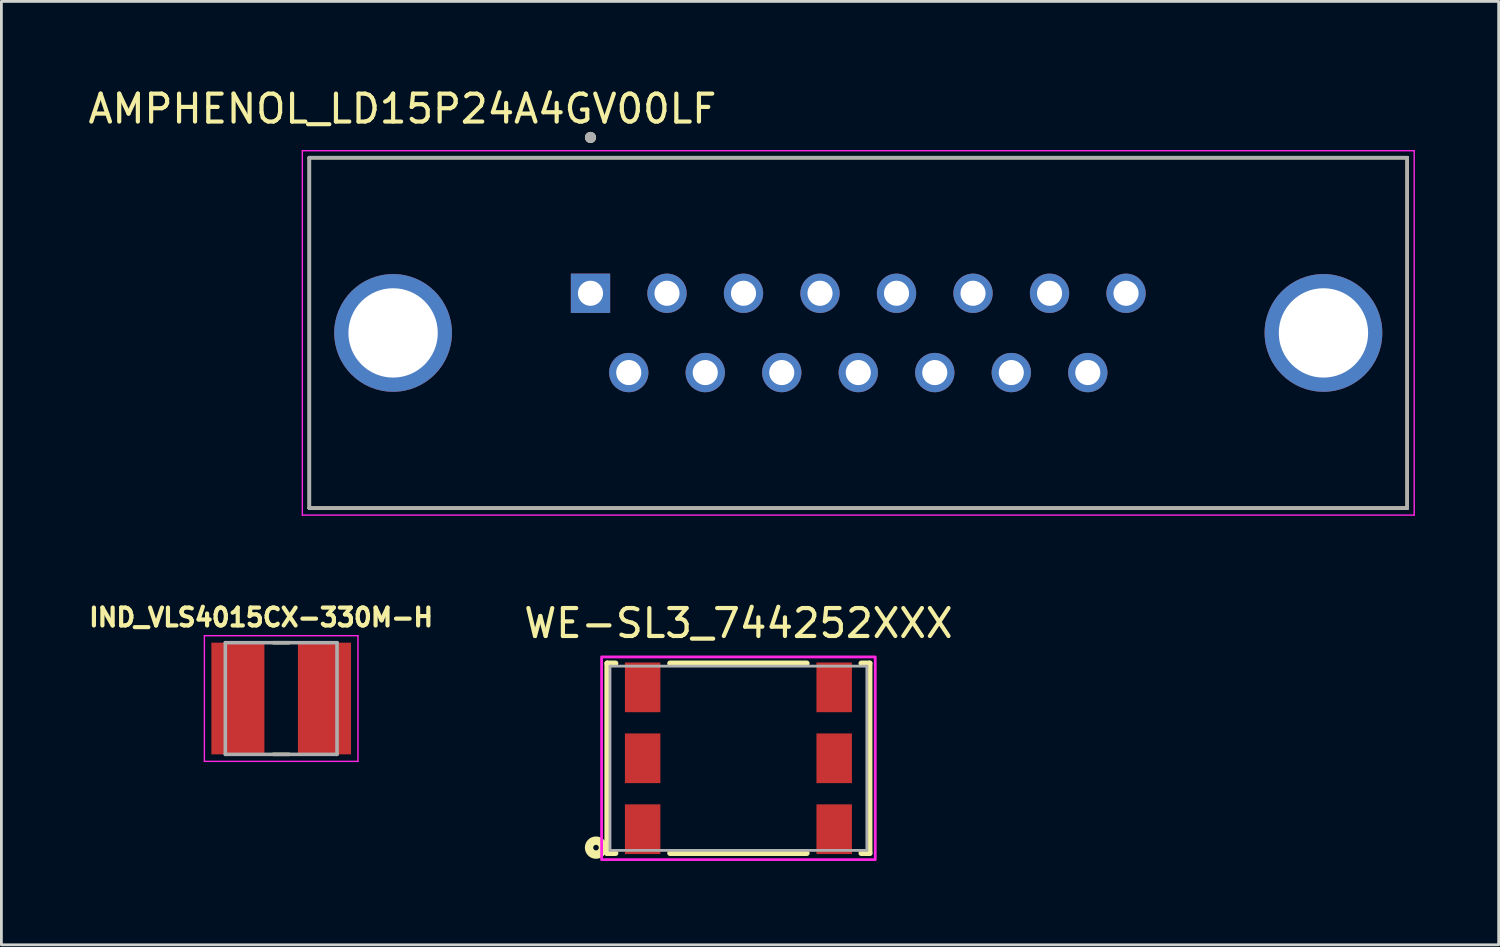
<source format=kicad_pcb>
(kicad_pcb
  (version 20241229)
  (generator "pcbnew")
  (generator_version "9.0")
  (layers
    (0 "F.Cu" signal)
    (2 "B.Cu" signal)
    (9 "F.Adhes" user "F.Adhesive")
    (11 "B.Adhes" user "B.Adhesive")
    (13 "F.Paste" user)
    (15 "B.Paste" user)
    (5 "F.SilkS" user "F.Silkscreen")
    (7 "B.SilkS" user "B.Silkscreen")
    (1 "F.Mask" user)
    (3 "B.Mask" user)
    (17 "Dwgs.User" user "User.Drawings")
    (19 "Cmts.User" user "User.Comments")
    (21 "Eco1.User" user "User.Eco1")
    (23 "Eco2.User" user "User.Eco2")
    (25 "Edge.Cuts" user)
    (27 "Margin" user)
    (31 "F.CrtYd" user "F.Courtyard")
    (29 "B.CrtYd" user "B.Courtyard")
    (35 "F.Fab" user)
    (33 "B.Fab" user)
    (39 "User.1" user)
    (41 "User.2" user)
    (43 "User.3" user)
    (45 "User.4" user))
  (footprint "AMPHENOL_LD15P24A4GV00LF"
    (layer "F.Cu")
    (at 27.688 8.873)
    (property "Reference" "AMPHENOL_LD15P24A4GV00LF" (at -16.325 -8.025 0) (layer "F.SilkS") (effects (font (size 1 1) (thickness 0.15))))
    (attr through_hole)
    (fp_line (start -19.66 -6.275) (end -19.66 6.275) (stroke (width 0.127) (type solid)) (layer "F.SilkS"))
    (fp_line (start -19.66 6.275) (end 19.66 6.275) (stroke (width 0.127) (type solid)) (layer "F.SilkS"))
    (fp_line (start 19.66 -6.275) (end -19.66 -6.275) (stroke (width 0.127) (type solid)) (layer "F.SilkS"))
    (fp_line (start 19.66 6.275) (end 19.66 -6.275) (stroke (width 0.127) (type solid)) (layer "F.SilkS"))
    (fp_circle (center -9.59 -7) (end -9.49 -7) (stroke (width 0.2) (type solid)) (fill no) (layer "F.SilkS"))
    (fp_line (start -19.91 -6.525) (end -19.91 6.525) (stroke (width 0.05) (type solid)) (layer "F.CrtYd"))
    (fp_line (start -19.91 6.525) (end 19.91 6.525) (stroke (width 0.05) (type solid)) (layer "F.CrtYd"))
    (fp_line (start 19.91 -6.525) (end -19.91 -6.525) (stroke (width 0.05) (type solid)) (layer "F.CrtYd"))
    (fp_line (start 19.91 6.525) (end 19.91 -6.525) (stroke (width 0.05) (type solid)) (layer "F.CrtYd"))
    (fp_line (start -19.66 -6.275) (end -19.66 6.275) (stroke (width 0.127) (type solid)) (layer "F.Fab"))
    (fp_line (start -19.66 6.275) (end 19.66 6.275) (stroke (width 0.127) (type solid)) (layer "F.Fab"))
    (fp_line (start 19.66 -6.275) (end -19.66 -6.275) (stroke (width 0.127) (type solid)) (layer "F.Fab"))
    (fp_line (start 19.66 6.275) (end 19.66 -6.275) (stroke (width 0.127) (type solid)) (layer "F.Fab"))
    (fp_circle (center -9.59 -7) (end -9.49 -7) (stroke (width 0.2) (type solid)) (fill no) (layer "F.Fab"))
    (pad "1" thru_hole rect (at -9.59 -1.42) (size 1.408 1.408) (drill 0.9) (layers "*.Cu" "*.Mask"))
    (pad "2" thru_hole circle (at -6.85 -1.42) (size 1.408 1.408) (drill 0.9) (layers "*.Cu" "*.Mask"))
    (pad "3" thru_hole circle (at -4.11 -1.42) (size 1.408 1.408) (drill 0.9) (layers "*.Cu" "*.Mask"))
    (pad "4" thru_hole circle (at -1.37 -1.42) (size 1.408 1.408) (drill 0.9) (layers "*.Cu" "*.Mask"))
    (pad "5" thru_hole circle (at 1.37 -1.42) (size 1.408 1.408) (drill 0.9) (layers "*.Cu" "*.Mask"))
    (pad "6" thru_hole circle (at 4.11 -1.42) (size 1.408 1.408) (drill 0.9) (layers "*.Cu" "*.Mask"))
    (pad "7" thru_hole circle (at 6.85 -1.42) (size 1.408 1.408) (drill 0.9) (layers "*.Cu" "*.Mask"))
    (pad "8" thru_hole circle (at 9.59 -1.42) (size 1.408 1.408) (drill 0.9) (layers "*.Cu" "*.Mask"))
    (pad "9" thru_hole circle (at -8.22 1.42) (size 1.408 1.408) (drill 0.9) (layers "*.Cu" "*.Mask"))
    (pad "10" thru_hole circle (at -5.48 1.42) (size 1.408 1.408) (drill 0.9) (layers "*.Cu" "*.Mask"))
    (pad "11" thru_hole circle (at -2.74 1.42) (size 1.408 1.408) (drill 0.9) (layers "*.Cu" "*.Mask"))
    (pad "12" thru_hole circle (at 0 1.42) (size 1.408 1.408) (drill 0.9) (layers "*.Cu" "*.Mask"))
    (pad "13" thru_hole circle (at 2.74 1.42) (size 1.408 1.408) (drill 0.9) (layers "*.Cu" "*.Mask"))
    (pad "14" thru_hole circle (at 5.48 1.42) (size 1.408 1.408) (drill 0.9) (layers "*.Cu" "*.Mask"))
    (pad "15" thru_hole circle (at 8.22 1.42) (size 1.408 1.408) (drill 0.9) (layers "*.Cu" "*.Mask"))
    (pad "SH1" thru_hole circle (at -16.66 0) (size 4.216 4.216) (drill 3.2) (layers "*.Cu" "*.Mask"))
    (pad "SH2" thru_hole circle (at 16.66 0) (size 4.216 4.216) (drill 3.2) (layers "*.Cu" "*.Mask")))
  (footprint "IND_VLS4015CX-330M-H"
    (layer "F.Cu")
    (at 7.02 21.967)
    (property "Reference" "IND_VLS4015CX-330M-H" (at -0.718 -2.906 0) (layer "F.SilkS") (effects (font (size 0.64 0.64) (thickness 0.15))))
    (attr smd)
    (fp_line (start -0.28 -2) (end 0.28 -2) (stroke (width 0.127) (type solid)) (layer "F.SilkS"))
    (fp_line (start -0.28 2) (end 0.28 2) (stroke (width 0.127) (type solid)) (layer "F.SilkS"))
    (fp_line (start -2.75 -2.25) (end -2.75 2.25) (stroke (width 0.05) (type solid)) (layer "F.CrtYd"))
    (fp_line (start -2.75 2.25) (end 2.75 2.25) (stroke (width 0.05) (type solid)) (layer "F.CrtYd"))
    (fp_line (start 2.75 -2.25) (end -2.75 -2.25) (stroke (width 0.05) (type solid)) (layer "F.CrtYd"))
    (fp_line (start 2.75 2.25) (end 2.75 -2.25) (stroke (width 0.05) (type solid)) (layer "F.CrtYd"))
    (fp_line (start -2 -2) (end -2 2) (stroke (width 0.127) (type solid)) (layer "F.Fab"))
    (fp_line (start -2 -2) (end 2 -2) (stroke (width 0.127) (type solid)) (layer "F.Fab"))
    (fp_line (start -2 2) (end 2 2) (stroke (width 0.127) (type solid)) (layer "F.Fab"))
    (fp_line (start 2 -2) (end 2 2) (stroke (width 0.127) (type solid)) (layer "F.Fab"))
    (pad "1" smd rect (at -1.55 0) (size 1.9 4) (layers "F.Cu" "F.Mask" "F.Paste"))
    (pad "2" smd rect (at 1.55 0) (size 1.9 4) (layers "F.Cu" "F.Mask" "F.Paste")))
  (footprint "WE-SL3_744252XXX"
    (layer "F.Cu")
    (at 23.396 24.107)
    (property "Reference" "WE-SL3_744252XXX" (at 0 -4.835 0) (layer "F.SilkS") (effects (font (size 1 1) (thickness 0.15))))
    (attr smd)
    (fp_line (start -4.7 -3.4) (end -4.7 3.4) (stroke (width 0.2) (type solid)) (layer "F.SilkS"))
    (fp_line (start -4.4 -3.4) (end -4.7 -3.4) (stroke (width 0.2) (type solid)) (layer "F.SilkS"))
    (fp_line (start -4.4 3.4) (end -4.7 3.4) (stroke (width 0.2) (type solid)) (layer "F.SilkS"))
    (fp_line (start -2.45 -3.4) (end 2.45 -3.4) (stroke (width 0.2) (type solid)) (layer "F.SilkS"))
    (fp_line (start -2.45 3.4) (end 2.45 3.4) (stroke (width 0.2) (type solid)) (layer "F.SilkS"))
    (fp_line (start 4.4 -3.4) (end 4.7 -3.4) (stroke (width 0.2) (type solid)) (layer "F.SilkS"))
    (fp_line (start 4.4 3.4) (end 4.7 3.4) (stroke (width 0.2) (type solid)) (layer "F.SilkS"))
    (fp_line (start 4.7 -3.4) (end 4.7 3.4) (stroke (width 0.2) (type solid)) (layer "F.SilkS"))
    (fp_circle (center -5.1 3.2) (end -5 3.2) (stroke (width 0.3) (type solid)) (fill no) (layer "F.SilkS"))
    (fp_poly (pts (xy -4.9 -3.63) (xy 4.9 -3.63) (xy 4.9 3.63) (xy -4.9 3.63)) (stroke (width 0.1) (type solid)) (fill no) (layer "F.CrtYd"))
    (fp_line (start -4.6 -3.3) (end -4.6 3.3) (stroke (width 0.1) (type solid)) (layer "F.Fab"))
    (fp_line (start -4.6 -3.3) (end 4.6 -3.3) (stroke (width 0.1) (type solid)) (layer "F.Fab"))
    (fp_line (start -4.6 3.3) (end 4.6 3.3) (stroke (width 0.1) (type solid)) (layer "F.Fab"))
    (fp_line (start 4.6 -3.3) (end 4.6 3.3) (stroke (width 0.1) (type solid)) (layer "F.Fab"))
    (pad "1" smd rect (at -3.43 2.54) (size 1.27 1.78) (layers "F.Cu" "F.Mask" "F.Paste"))
    (pad "2" smd rect (at -3.43 0) (size 1.27 1.78) (layers "F.Cu" "F.Mask" "F.Paste"))
    (pad "3" smd rect (at -3.43 -2.54) (size 1.27 1.78) (layers "F.Cu" "F.Mask" "F.Paste"))
    (pad "4" smd rect (at 3.43 -2.54) (size 1.27 1.78) (layers "F.Cu" "F.Mask" "F.Paste"))
    (pad "5" smd rect (at 3.43 0) (size 1.27 1.78) (layers "F.Cu" "F.Mask" "F.Paste"))
    (pad "6" smd rect (at 3.43 2.54) (size 1.27 1.78) (layers "F.Cu" "F.Mask" "F.Paste")))
  (gr_rect
    (start -3 -3)
    (end 50.623 30.787)
    (stroke (width 0.1) (type default))
    (fill no)
    (layer "Edge.Cuts")))
</source>
